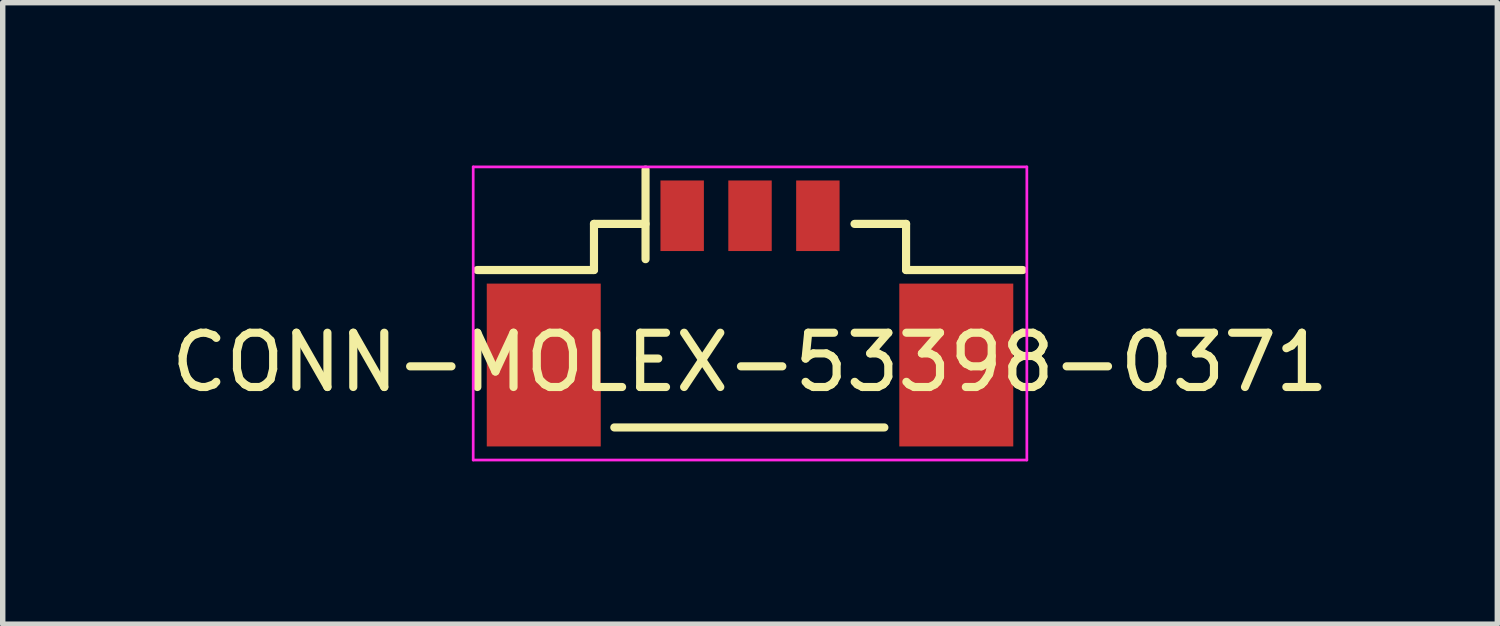
<source format=kicad_pcb>
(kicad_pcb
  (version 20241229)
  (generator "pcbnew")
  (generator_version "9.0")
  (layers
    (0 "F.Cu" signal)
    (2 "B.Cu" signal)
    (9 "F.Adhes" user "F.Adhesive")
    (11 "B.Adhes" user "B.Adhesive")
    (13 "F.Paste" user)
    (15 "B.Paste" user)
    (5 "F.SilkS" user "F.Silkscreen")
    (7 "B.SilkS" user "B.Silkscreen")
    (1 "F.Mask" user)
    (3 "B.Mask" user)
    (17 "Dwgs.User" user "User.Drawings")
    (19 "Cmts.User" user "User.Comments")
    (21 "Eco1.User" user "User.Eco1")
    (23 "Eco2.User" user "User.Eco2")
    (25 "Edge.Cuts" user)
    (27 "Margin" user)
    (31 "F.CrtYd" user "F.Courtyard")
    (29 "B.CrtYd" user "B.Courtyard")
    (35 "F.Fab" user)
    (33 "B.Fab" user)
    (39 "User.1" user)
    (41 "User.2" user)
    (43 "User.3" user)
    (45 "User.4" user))
  (footprint "CONN-MOLEX-53398-0371"
    (layer "F.Cu")
    (at 10.768 2.675)
    (property "Reference" "CONN-MOLEX-53398-0371" (at 0 0.95 0) (layer "F.SilkS") (effects (font (size 1 1) (thickness 0.15))))
    (attr through_hole)
    (fp_line (start -5.025 -0.75) (end -2.875 -0.75) (stroke (width 0.15) (type solid)) (layer "F.SilkS"))
    (fp_line (start -2.875 -1.6) (end -2.875 -0.75) (stroke (width 0.15) (type solid)) (layer "F.SilkS"))
    (fp_line (start -2.5 2.15) (end 2.475 2.15) (stroke (width 0.15) (type solid)) (layer "F.SilkS"))
    (fp_line (start -1.925 -1.6) (end -2.875 -1.6) (stroke (width 0.15) (type solid)) (layer "F.SilkS"))
    (fp_line (start -1.925 -0.95) (end -1.925 -2.6) (stroke (width 0.15) (type solid)) (layer "F.SilkS"))
    (fp_line (start 2.875 -1.6) (end 1.925 -1.6) (stroke (width 0.15) (type solid)) (layer "F.SilkS"))
    (fp_line (start 2.875 -0.75) (end 2.875 -1.6) (stroke (width 0.15) (type solid)) (layer "F.SilkS"))
    (fp_line (start 5.025 -0.75) (end 2.875 -0.75) (stroke (width 0.15) (type solid)) (layer "F.SilkS"))
    (fp_line (start -5.1 -2.65) (end -5.1 2.75) (stroke (width 0.05) (type solid)) (layer "F.CrtYd"))
    (fp_line (start -5.1 2.75) (end 5.1 2.75) (stroke (width 0.05) (type solid)) (layer "F.CrtYd"))
    (fp_line (start 5.1 -2.65) (end -5.1 -2.65) (stroke (width 0.05) (type solid)) (layer "F.CrtYd"))
    (fp_line (start 5.1 2.75) (end 5.1 -2.65) (stroke (width 0.05) (type solid)) (layer "F.CrtYd"))
    (pad "" smd rect (at -3.8 1) (size 2.1 3) (layers "F.Cu" "F.Mask" "F.Paste"))
    (pad "" smd rect (at 3.8 1) (size 2.1 3) (layers "F.Cu" "F.Mask" "F.Paste"))
    (pad "1" smd rect (at -1.25 -1.75) (size 0.8 1.3) (layers "F.Cu" "F.Mask" "F.Paste"))
    (pad "2" smd rect (at 0 -1.75) (size 0.8 1.3) (layers "F.Cu" "F.Mask" "F.Paste"))
    (pad "3" smd rect (at 1.25 -1.75) (size 0.8 1.3) (layers "F.Cu" "F.Mask" "F.Paste")))
  (gr_rect
    (start -3 -3)
    (end 24.536 8.45)
    (stroke (width 0.1) (type default))
    (fill no)
    (layer "Edge.Cuts")))
</source>
